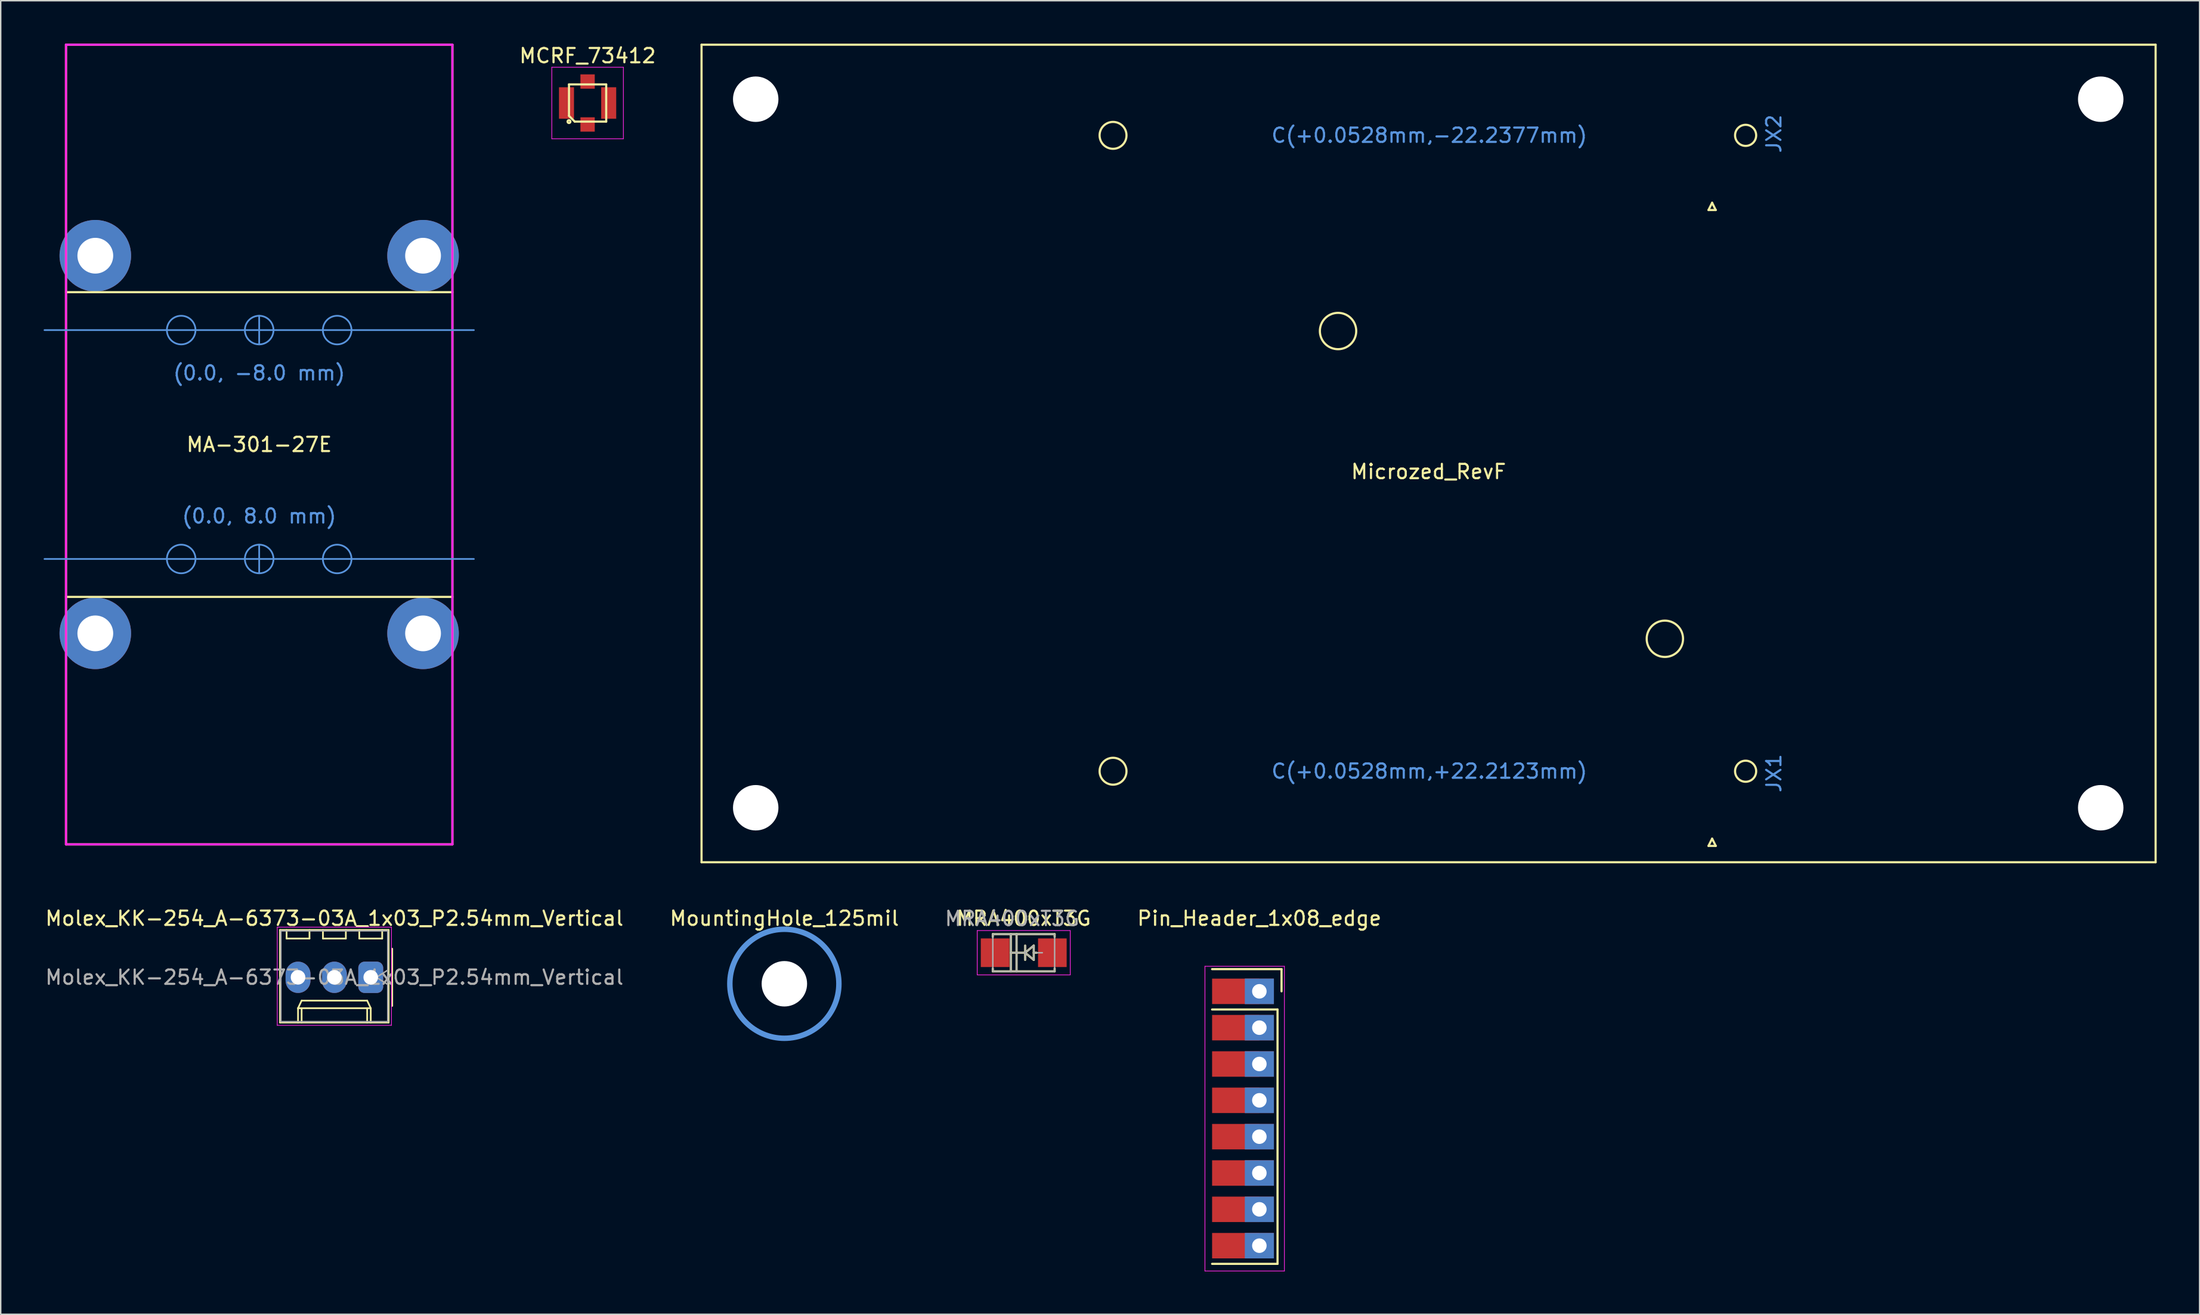
<source format=kicad_pcb>
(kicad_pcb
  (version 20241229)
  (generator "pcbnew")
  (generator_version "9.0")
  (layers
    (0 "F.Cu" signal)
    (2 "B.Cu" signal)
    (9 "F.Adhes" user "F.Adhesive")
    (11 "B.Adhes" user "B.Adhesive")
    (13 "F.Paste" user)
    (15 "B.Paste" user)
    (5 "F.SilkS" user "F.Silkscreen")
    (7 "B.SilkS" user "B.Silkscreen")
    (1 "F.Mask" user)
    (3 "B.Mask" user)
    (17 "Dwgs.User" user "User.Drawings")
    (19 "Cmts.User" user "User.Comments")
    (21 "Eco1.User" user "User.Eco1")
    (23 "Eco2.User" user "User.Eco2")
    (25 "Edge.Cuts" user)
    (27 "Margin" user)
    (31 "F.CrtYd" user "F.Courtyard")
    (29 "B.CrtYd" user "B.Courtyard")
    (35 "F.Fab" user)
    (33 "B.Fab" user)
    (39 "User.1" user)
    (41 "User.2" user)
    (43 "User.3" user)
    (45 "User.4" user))
  (footprint "MountingHole_125mil"
    (layer "F.Cu")
    (at 51.756 65.72)
    (property "Reference" "MountingHole_125mil" (at 0 -4.572 0) (layer "F.SilkS") (effects (font (size 1 1) (thickness 0.15))))
    (attr through_hole)
    (fp_circle (center 0 0) (end 3.81 0) (stroke (width 0.381) (type solid)) (fill no) (layer "Cmts.User"))
    (pad "" np_thru_hole circle (at 0 0) (size 3.175 3.175) (drill 3.175) (layers "*.Cu" "*.Mask")))
  (footprint "Pin_Header_1x08_edge"
    (layer "F.Cu")
    (at 84.945 66.248)
    (property "Reference" "Pin_Header_1x08_edge" (at 0 -5.1 0) (layer "F.SilkS") (effects (font (size 1 1) (thickness 0.15))))
    (attr through_hole)
    (fp_line (start -3.302 -1.55) (end 1.55 -1.55) (stroke (width 0.15) (type solid)) (layer "F.SilkS"))
    (fp_line (start 1.27 1.27) (end -3.302 1.27) (stroke (width 0.15) (type solid)) (layer "F.SilkS"))
    (fp_line (start 1.27 1.27) (end 1.27 19.05) (stroke (width 0.15) (type solid)) (layer "F.SilkS"))
    (fp_line (start 1.27 19.05) (end -3.302 19.05) (stroke (width 0.15) (type solid)) (layer "F.SilkS"))
    (fp_line (start 1.55 -1.55) (end 1.55 0) (stroke (width 0.15) (type solid)) (layer "F.SilkS"))
    (fp_line (start -3.802 -1.75) (end -3.802 19.55) (stroke (width 0.05) (type solid)) (layer "F.CrtYd"))
    (fp_line (start -3.802 -1.75) (end 1.75 -1.75) (stroke (width 0.05) (type solid)) (layer "F.CrtYd"))
    (fp_line (start -3.802 19.55) (end 1.75 19.55) (stroke (width 0.05) (type solid)) (layer "F.CrtYd"))
    (fp_line (start 1.75 -1.75) (end 1.75 19.55) (stroke (width 0.05) (type solid)) (layer "F.CrtYd"))
    (pad "1" smd rect (at -1.651 0) (size 3.302 1.778) (layers "F.Cu" "F.Mask"))
    (pad "1" thru_hole rect (at 0 0) (size 2.032 1.778) (drill 1.016) (layers "*.Cu" "*.Mask"))
    (pad "2" smd rect (at -1.651 2.54) (size 3.302 1.778) (layers "F.Cu" "F.Mask"))
    (pad "2" thru_hole rect (at 0 2.54) (size 2.032 1.778) (drill 1.016) (layers "*.Cu" "*.Mask"))
    (pad "3" smd rect (at -1.651 5.08) (size 3.302 1.778) (layers "F.Cu" "F.Mask"))
    (pad "3" thru_hole rect (at 0 5.08) (size 2.032 1.778) (drill 1.016) (layers "*.Cu" "*.Mask"))
    (pad "4" smd rect (at -1.651 7.62) (size 3.302 1.778) (layers "F.Cu" "F.Mask"))
    (pad "4" thru_hole rect (at 0 7.62) (size 2.032 1.778) (drill 1.016) (layers "*.Cu" "*.Mask"))
    (pad "5" smd rect (at -1.651 10.16) (size 3.302 1.778) (layers "F.Cu" "F.Mask"))
    (pad "5" thru_hole rect (at 0 10.16) (size 2.032 1.778) (drill 1.016) (layers "*.Cu" "*.Mask"))
    (pad "6" smd rect (at -1.651 12.7) (size 3.302 1.778) (layers "F.Cu" "F.Mask"))
    (pad "6" thru_hole rect (at 0 12.7) (size 2.032 1.778) (drill 1.016) (layers "*.Cu" "*.Mask"))
    (pad "7" smd rect (at -1.651 15.24) (size 3.302 1.778) (layers "F.Cu" "F.Mask"))
    (pad "7" thru_hole rect (at 0 15.24) (size 2.032 1.778) (drill 1.016) (layers "*.Cu" "*.Mask"))
    (pad "8" smd rect (at -1.651 17.78) (size 3.302 1.778) (layers "F.Cu" "F.Mask"))
    (pad "8" thru_hole rect (at 0 17.78) (size 2.032 1.778) (drill 1.016) (layers "*.Cu" "*.Mask")))
  (footprint "Molex_KK-254_A-6373-03A_1x03_P2.54mm_Vertical"
    (layer "F.Cu")
    (at 22.855 65.268)
    (property "Reference" "Molex_KK-254_A-6373-03A_1x03_P2.54mm_Vertical" (at -2.54 -4.12 0) (layer "F.SilkS") (effects (font (size 1 1) (thickness 0.15))))
    (attr through_hole)
    (fp_line (start -6.34 -3.31) (end -6.34 3.16) (stroke (width 0.12) (type solid)) (layer "F.SilkS"))
    (fp_line (start -6.34 3.16) (end 1.25 3.16) (stroke (width 0.12) (type solid)) (layer "F.SilkS"))
    (fp_line (start -5.88 -3.31) (end -5.88 -2.71) (stroke (width 0.12) (type solid)) (layer "F.SilkS"))
    (fp_line (start -5.88 -2.71) (end -4.28 -2.71) (stroke (width 0.12) (type solid)) (layer "F.SilkS"))
    (fp_line (start -5.08 2.16) (end -4.83 1.63) (stroke (width 0.12) (type solid)) (layer "F.SilkS"))
    (fp_line (start -5.08 2.16) (end 0 2.16) (stroke (width 0.12) (type solid)) (layer "F.SilkS"))
    (fp_line (start -5.08 3.16) (end -5.08 2.16) (stroke (width 0.12) (type solid)) (layer "F.SilkS"))
    (fp_line (start -4.83 1.63) (end -0.25 1.63) (stroke (width 0.12) (type solid)) (layer "F.SilkS"))
    (fp_line (start -4.83 3.16) (end -4.83 2.16) (stroke (width 0.12) (type solid)) (layer "F.SilkS"))
    (fp_line (start -4.28 -2.71) (end -4.28 -3.31) (stroke (width 0.12) (type solid)) (layer "F.SilkS"))
    (fp_line (start -3.34 -3.31) (end -3.34 -2.71) (stroke (width 0.12) (type solid)) (layer "F.SilkS"))
    (fp_line (start -3.34 -2.71) (end -1.74 -2.71) (stroke (width 0.12) (type solid)) (layer "F.SilkS"))
    (fp_line (start -1.74 -2.71) (end -1.74 -3.31) (stroke (width 0.12) (type solid)) (layer "F.SilkS"))
    (fp_line (start -0.8 -3.31) (end -0.8 -2.71) (stroke (width 0.12) (type solid)) (layer "F.SilkS"))
    (fp_line (start -0.8 -2.71) (end 0.8 -2.71) (stroke (width 0.12) (type solid)) (layer "F.SilkS"))
    (fp_line (start -0.25 1.63) (end 0 2.16) (stroke (width 0.12) (type solid)) (layer "F.SilkS"))
    (fp_line (start -0.25 3.16) (end -0.25 2.16) (stroke (width 0.12) (type solid)) (layer "F.SilkS"))
    (fp_line (start 0 2.16) (end 0 3.16) (stroke (width 0.12) (type solid)) (layer "F.SilkS"))
    (fp_line (start 0.8 -2.71) (end 0.8 -3.31) (stroke (width 0.12) (type solid)) (layer "F.SilkS"))
    (fp_line (start 1.25 -3.31) (end -6.34 -3.31) (stroke (width 0.12) (type solid)) (layer "F.SilkS"))
    (fp_line (start 1.25 3.16) (end 1.25 -3.31) (stroke (width 0.12) (type solid)) (layer "F.SilkS"))
    (fp_line (start 1.5 -2) (end 1.5 2) (stroke (width 0.12) (type solid)) (layer "F.SilkS"))
    (fp_line (start -6.534 -3.504) (end -6.534 3.354) (stroke (width 0.05) (type solid)) (layer "F.CrtYd"))
    (fp_line (start -6.534 3.354) (end 1.444 3.354) (stroke (width 0.05) (type solid)) (layer "F.CrtYd"))
    (fp_line (start 1.444 -3.504) (end -6.534 -3.504) (stroke (width 0.05) (type solid)) (layer "F.CrtYd"))
    (fp_line (start 1.444 3.354) (end 1.444 -3.504) (stroke (width 0.05) (type solid)) (layer "F.CrtYd"))
    (fp_line (start -6.28 -3.25) (end -6.28 3.1) (stroke (width 0.1) (type solid)) (layer "F.Fab"))
    (fp_line (start -6.28 3.1) (end 1.19 3.1) (stroke (width 0.1) (type solid)) (layer "F.Fab"))
    (fp_line (start 0.39 0) (end 1.19 0.5) (stroke (width 0.1) (type solid)) (layer "F.Fab"))
    (fp_line (start 1.19 -3.25) (end -6.28 -3.25) (stroke (width 0.1) (type solid)) (layer "F.Fab"))
    (fp_line (start 1.19 -0.5) (end 0.39 0) (stroke (width 0.1) (type solid)) (layer "F.Fab"))
    (fp_line (start 1.19 3.1) (end 1.19 -3.25) (stroke (width 0.1) (type solid)) (layer "F.Fab"))
    (fp_text user "${REFERENCE}" (at -2.54 0 0) (layer "F.Fab") (effects (font (size 1 1) (thickness 0.15))))
    (pad "1" thru_hole roundrect (at 0 0) (size 1.74 2.19) (drill 1.02) (layers "*.Cu" "*.Mask") (roundrect_rratio 0.25))
    (pad "2" thru_hole oval (at -2.54 0) (size 1.74 2.19) (drill 1.02) (layers "*.Cu" "*.Mask"))
    (pad "3" thru_hole oval (at -5.08 0) (size 1.74 2.19) (drill 1.02) (layers "*.Cu" "*.Mask")))
  (footprint "MCRF_73412"
    (layer "F.Cu")
    (at 38.007 4.15)
    (property "Reference" "MCRF_73412" (at 0 -3.302 0) (layer "F.SilkS") (effects (font (size 1 1) (thickness 0.15))))
    (attr through_hole)
    (fp_line (start -1.3 -1.3) (end -1.3 0.9) (stroke (width 0.15) (type solid)) (layer "F.SilkS"))
    (fp_line (start -0.9 1.3) (end -1.3 0.9) (stroke (width 0.15) (type solid)) (layer "F.SilkS"))
    (fp_line (start -0.9 1.3) (end 1.3 1.3) (stroke (width 0.15) (type solid)) (layer "F.SilkS"))
    (fp_line (start 1.3 -1.3) (end -1.3 -1.3) (stroke (width 0.15) (type solid)) (layer "F.SilkS"))
    (fp_line (start 1.3 1.3) (end 1.3 -1.3) (stroke (width 0.15) (type solid)) (layer "F.SilkS"))
    (fp_circle (center -1.3 1.3) (end -1.2 1.3) (stroke (width 0.15) (type solid)) (fill no) (layer "F.SilkS"))
    (fp_line (start -2.5 -2.5) (end -2.5 2.5) (stroke (width 0.05) (type solid)) (layer "F.CrtYd"))
    (fp_line (start -2.5 2.5) (end 2.5 2.5) (stroke (width 0.05) (type solid)) (layer "F.CrtYd"))
    (fp_line (start 2.5 -2.5) (end -2.5 -2.5) (stroke (width 0.05) (type solid)) (layer "F.CrtYd"))
    (fp_line (start 2.5 2.5) (end 2.5 -2.5) (stroke (width 0.05) (type solid)) (layer "F.CrtYd"))
    (pad "1" smd rect (at 0 1.5) (size 1 1) (layers "F.Cu" "F.Mask" "F.Paste"))
    (pad "2" smd rect (at -1.475 0) (size 1.05 2.2) (layers "F.Cu" "F.Mask" "F.Paste"))
    (pad "2" smd rect (at 0 -1.5) (size 1 1) (layers "F.Cu" "F.Mask" "F.Paste"))
    (pad "2" smd rect (at 1.475 0) (size 1.05 2.2) (layers "F.Cu" "F.Mask" "F.Paste")))
  (footprint "Microzed_RevF"
    (layer "F.Cu")
    (at 96.769 28.65)
    (property "Reference" "Microzed_RevF" (at 0 1.27 0) (layer "F.SilkS") (effects (font (size 1 1) (thickness 0.15))))
    (attr through_hole)
    (fp_line (start -50.8 -28.575) (end -50.8 28.575) (stroke (width 0.15) (type solid)) (layer "F.SilkS"))
    (fp_line (start -50.8 28.575) (end 50.8 28.575) (stroke (width 0.15) (type solid)) (layer "F.SilkS"))
    (fp_line (start 19.558 -17.018) (end 20.066 -17.018) (stroke (width 0.15) (type solid)) (layer "F.SilkS"))
    (fp_line (start 19.558 27.432) (end 20.066 27.432) (stroke (width 0.15) (type solid)) (layer "F.SilkS"))
    (fp_line (start 19.812 -17.526) (end 19.558 -17.018) (stroke (width 0.15) (type solid)) (layer "F.SilkS"))
    (fp_line (start 19.812 26.924) (end 19.558 27.432) (stroke (width 0.15) (type solid)) (layer "F.SilkS"))
    (fp_line (start 20.066 -17.018) (end 19.812 -17.526) (stroke (width 0.15) (type solid)) (layer "F.SilkS"))
    (fp_line (start 20.066 27.432) (end 19.812 26.924) (stroke (width 0.15) (type solid)) (layer "F.SilkS"))
    (fp_line (start 50.8 -28.575) (end -50.8 -28.575) (stroke (width 0.15) (type solid)) (layer "F.SilkS"))
    (fp_line (start 50.8 28.575) (end 50.8 -28.575) (stroke (width 0.15) (type solid)) (layer "F.SilkS"))
    (fp_circle (center -22.047 -22.238) (end -22.047 -21.298) (stroke (width 0.15) (type solid)) (fill no) (layer "F.SilkS"))
    (fp_circle (center -22.047 22.212) (end -22.047 23.152) (stroke (width 0.15) (type solid)) (fill no) (layer "F.SilkS"))
    (fp_circle (center -6.325 -8.56) (end -7.595 -8.56) (stroke (width 0.15) (type solid)) (fill no) (layer "F.SilkS"))
    (fp_circle (center 16.51 12.954) (end 17.78 12.954) (stroke (width 0.15) (type solid)) (fill no) (layer "F.SilkS"))
    (fp_circle (center 22.153 -22.238) (end 22.153 -21.501) (stroke (width 0.15) (type solid)) (fill no) (layer "F.SilkS"))
    (fp_circle (center 22.153 22.212) (end 22.153 22.949) (stroke (width 0.15) (type solid)) (fill no) (layer "F.SilkS"))
    (fp_text user "JX2" (at 24.13 -22.352 90) (layer "Cmts.User") (effects (font (size 1 1) (thickness 0.15))))
    (fp_text user "C(+0.0528mm,+22.2123mm)" (at 0.053 22.212 0) (layer "Cmts.User") (effects (font (size 1 1) (thickness 0.15))))
    (fp_text user "JX1" (at 24.13 22.352 90) (layer "Cmts.User") (effects (font (size 1 1) (thickness 0.15))))
    (fp_text user "C(+0.0528mm,-22.2377mm)" (at 0.053 -22.238 0) (layer "Cmts.User") (effects (font (size 1 1) (thickness 0.15))))
    (pad "" np_thru_hole circle (at -47.015 -24.765) (size 3.175 3.175) (drill 3.175) (layers "*.Cu" "*.Mask"))
    (pad "" np_thru_hole circle (at -47.015 24.765) (size 3.175 3.175) (drill 3.175) (layers "*.Cu" "*.Mask"))
    (pad "" np_thru_hole circle (at 46.965 -24.765) (size 3.175 3.175) (drill 3.175) (layers "*.Cu" "*.Mask"))
    (pad "" np_thru_hole circle (at 46.965 24.765) (size 3.175 3.175) (drill 3.175) (layers "*.Cu" "*.Mask")))
  (footprint "MA-301-27E"
    (layer "F.Cu")
    (at 15.06 28.025)
    (property "Reference" "MA-301-27E" (at 0 0 0) (layer "F.SilkS") (effects (font (size 1 1) (thickness 0.15))))
    (attr through_hole)
    (fp_line (start -13.5 -27.95) (end -13.5 27.95) (stroke (width 0.15) (type solid)) (layer "F.SilkS"))
    (fp_line (start -13.5 27.95) (end 13.5 27.95) (stroke (width 0.15) (type solid)) (layer "F.SilkS"))
    (fp_line (start 13.5 -27.95) (end -13.5 -27.95) (stroke (width 0.15) (type solid)) (layer "F.SilkS"))
    (fp_line (start 13.5 -10.65) (end -13.5 -10.65) (stroke (width 0.15) (type solid)) (layer "F.SilkS"))
    (fp_line (start 13.5 10.65) (end -13.5 10.65) (stroke (width 0.15) (type solid)) (layer "F.SilkS"))
    (fp_line (start 13.5 27.95) (end 13.5 -27.95) (stroke (width 0.15) (type solid)) (layer "F.SilkS"))
    (fp_line (start -15 -8) (end 15 -8) (stroke (width 0.12) (type solid)) (layer "Cmts.User"))
    (fp_line (start -15 8) (end 15 8) (stroke (width 0.12) (type solid)) (layer "Cmts.User"))
    (fp_line (start 0 -7) (end 0 -9) (stroke (width 0.12) (type solid)) (layer "Cmts.User"))
    (fp_line (start 0 7) (end 0 9) (stroke (width 0.12) (type solid)) (layer "Cmts.User"))
    (fp_circle (center -5.45 -8) (end -4.45 -8) (stroke (width 0.12) (type solid)) (fill no) (layer "Cmts.User"))
    (fp_circle (center -5.45 8) (end -4.45 8) (stroke (width 0.12) (type solid)) (fill no) (layer "Cmts.User"))
    (fp_circle (center 0 -8) (end 1 -8) (stroke (width 0.12) (type solid)) (fill no) (layer "Cmts.User"))
    (fp_circle (center 0 8) (end 1 8) (stroke (width 0.12) (type solid)) (fill no) (layer "Cmts.User"))
    (fp_circle (center 5.45 -8) (end 6.45 -8) (stroke (width 0.12) (type solid)) (fill no) (layer "Cmts.User"))
    (fp_circle (center 5.45 8) (end 6.45 8) (stroke (width 0.12) (type solid)) (fill no) (layer "Cmts.User"))
    (fp_line (start -13.5 -27.95) (end -13.5 27.95) (stroke (width 0.15) (type solid)) (layer "F.CrtYd"))
    (fp_line (start -13.5 27.95) (end 13.5 27.95) (stroke (width 0.15) (type solid)) (layer "F.CrtYd"))
    (fp_line (start 13.5 -27.95) (end -13.5 -27.95) (stroke (width 0.15) (type solid)) (layer "F.CrtYd"))
    (fp_line (start 13.5 27.95) (end 13.5 -27.95) (stroke (width 0.15) (type solid)) (layer "F.CrtYd"))
    (fp_text user "(0.0, 8.0 mm)" (at 0 5 0) (layer "Cmts.User") (effects (font (size 1 1) (thickness 0.15))))
    (fp_text user "(0.0, -8.0 mm)" (at 0 -5 0) (layer "Cmts.User") (effects (font (size 1 1) (thickness 0.15))))
    (pad "1" thru_hole circle (at -11.45 -13.2) (size 5 5) (drill 2.5) (layers "*.Cu" "*.Mask"))
    (pad "1" thru_hole circle (at -11.45 13.2) (size 5 5) (drill 2.5) (layers "*.Cu" "*.Mask"))
    (pad "1" thru_hole circle (at 11.45 -13.2) (size 5 5) (drill 2.5) (layers "*.Cu" "*.Mask"))
    (pad "1" thru_hole circle (at 11.45 13.2) (size 5 5) (drill 2.5) (layers "*.Cu" "*.Mask")))
  (footprint "MRA400xT3G"
    (layer "F.Cu")
    (at 68.481 63.55)
    (property "Reference" "MRA400xT3G" (at 0 -2.4 0) (layer "F.SilkS") (effects (font (size 1 1) (thickness 0.15))))
    (attr smd)
    (fp_line (start -2.16 -1.3) (end -2.16 -1.1) (stroke (width 0.15) (type solid)) (layer "F.SilkS"))
    (fp_line (start -2.16 1.3) (end -2.16 1.1) (stroke (width 0.15) (type solid)) (layer "F.SilkS"))
    (fp_line (start -0.9 -1.3) (end -0.9 1.3) (stroke (width 0.15) (type solid)) (layer "F.SilkS"))
    (fp_line (start -0.5 -1.3) (end -0.5 1.3) (stroke (width 0.15) (type solid)) (layer "F.SilkS"))
    (fp_line (start 0.1 0) (end 0.1 -0.5) (stroke (width 0.15) (type solid)) (layer "F.SilkS"))
    (fp_line (start 0.1 0) (end 0.1 0.5) (stroke (width 0.15) (type solid)) (layer "F.SilkS"))
    (fp_line (start 0.1 0) (end 0.7 0.5) (stroke (width 0.15) (type solid)) (layer "F.SilkS"))
    (fp_line (start 0.127 0) (end -0.9 0) (stroke (width 0.15) (type solid)) (layer "F.SilkS"))
    (fp_line (start 0.7 -0.5) (end 0.1 0) (stroke (width 0.15) (type solid)) (layer "F.SilkS"))
    (fp_line (start 0.7 0) (end 0.7 -0.5) (stroke (width 0.15) (type solid)) (layer "F.SilkS"))
    (fp_line (start 0.7 0) (end 0.9 0) (stroke (width 0.15) (type solid)) (layer "F.SilkS"))
    (fp_line (start 0.7 0.5) (end 0.7 0) (stroke (width 0.15) (type solid)) (layer "F.SilkS"))
    (fp_line (start 2.16 -1.3) (end -2.16 -1.3) (stroke (width 0.15) (type solid)) (layer "F.SilkS"))
    (fp_line (start 2.16 -1.1) (end 2.16 -1.3) (stroke (width 0.15) (type solid)) (layer "F.SilkS"))
    (fp_line (start 2.16 1.1) (end 2.16 1.3) (stroke (width 0.15) (type solid)) (layer "F.SilkS"))
    (fp_line (start 2.16 1.3) (end -2.16 1.3) (stroke (width 0.15) (type solid)) (layer "F.SilkS"))
    (fp_line (start -3.25 -1.55) (end 3.25 -1.55) (stroke (width 0.05) (type default)) (layer "F.CrtYd"))
    (fp_line (start -3.25 1.55) (end -3.25 -1.55) (stroke (width 0.05) (type default)) (layer "F.CrtYd"))
    (fp_line (start 3.25 -1.55) (end 3.25 1.55) (stroke (width 0.05) (type default)) (layer "F.CrtYd"))
    (fp_line (start 3.25 1.55) (end -3.25 1.55) (stroke (width 0.05) (type default)) (layer "F.CrtYd"))
    (fp_line (start -2.16 -1.3) (end -2.16 1.3) (stroke (width 0.1) (type solid)) (layer "F.Fab"))
    (fp_line (start -0.9 -1.3) (end -0.9 1.3) (stroke (width 0.1) (type solid)) (layer "F.Fab"))
    (fp_line (start -0.5 -1.3) (end -0.5 1.3) (stroke (width 0.1) (type solid)) (layer "F.Fab"))
    (fp_line (start 0.1 0) (end 0.1 -0.5) (stroke (width 0.1) (type solid)) (layer "F.Fab"))
    (fp_line (start 0.1 0) (end 0.1 0.5) (stroke (width 0.1) (type solid)) (layer "F.Fab"))
    (fp_line (start 0.1 0) (end 0.7 0.5) (stroke (width 0.1) (type solid)) (layer "F.Fab"))
    (fp_line (start 0.127 0) (end -0.9 0) (stroke (width 0.1) (type solid)) (layer "F.Fab"))
    (fp_line (start 0.7 -0.5) (end 0.1 0) (stroke (width 0.1) (type solid)) (layer "F.Fab"))
    (fp_line (start 0.7 0) (end 0.7 -0.5) (stroke (width 0.1) (type solid)) (layer "F.Fab"))
    (fp_line (start 0.7 0) (end 1.3 0) (stroke (width 0.1) (type solid)) (layer "F.Fab"))
    (fp_line (start 0.7 0.5) (end 0.7 0) (stroke (width 0.1) (type solid)) (layer "F.Fab"))
    (fp_line (start 2.16 -1.3) (end -2.16 -1.3) (stroke (width 0.1) (type solid)) (layer "F.Fab"))
    (fp_line (start 2.16 1.3) (end -2.16 1.3) (stroke (width 0.1) (type solid)) (layer "F.Fab"))
    (fp_line (start 2.16 1.3) (end 2.16 -1.3) (stroke (width 0.1) (type solid)) (layer "F.Fab"))
    (fp_text user "${REFERENCE}" (at -5.6 -1.8 0) (unlocked yes) (layer "F.Fab") (effects (font (size 1 1) (thickness 0.15)) (justify left bottom)))
    (pad "1" smd rect (at -2 0) (size 2 2) (layers "F.Cu" "F.Mask" "F.Paste"))
    (pad "2" smd rect (at 2 0) (size 2 2) (layers "F.Cu" "F.Mask" "F.Paste")))
  (gr_rect
    (start -3 -3)
    (end 150.644 88.823)
    (stroke (width 0.1) (type default))
    (fill no)
    (layer "Edge.Cuts")))
</source>
